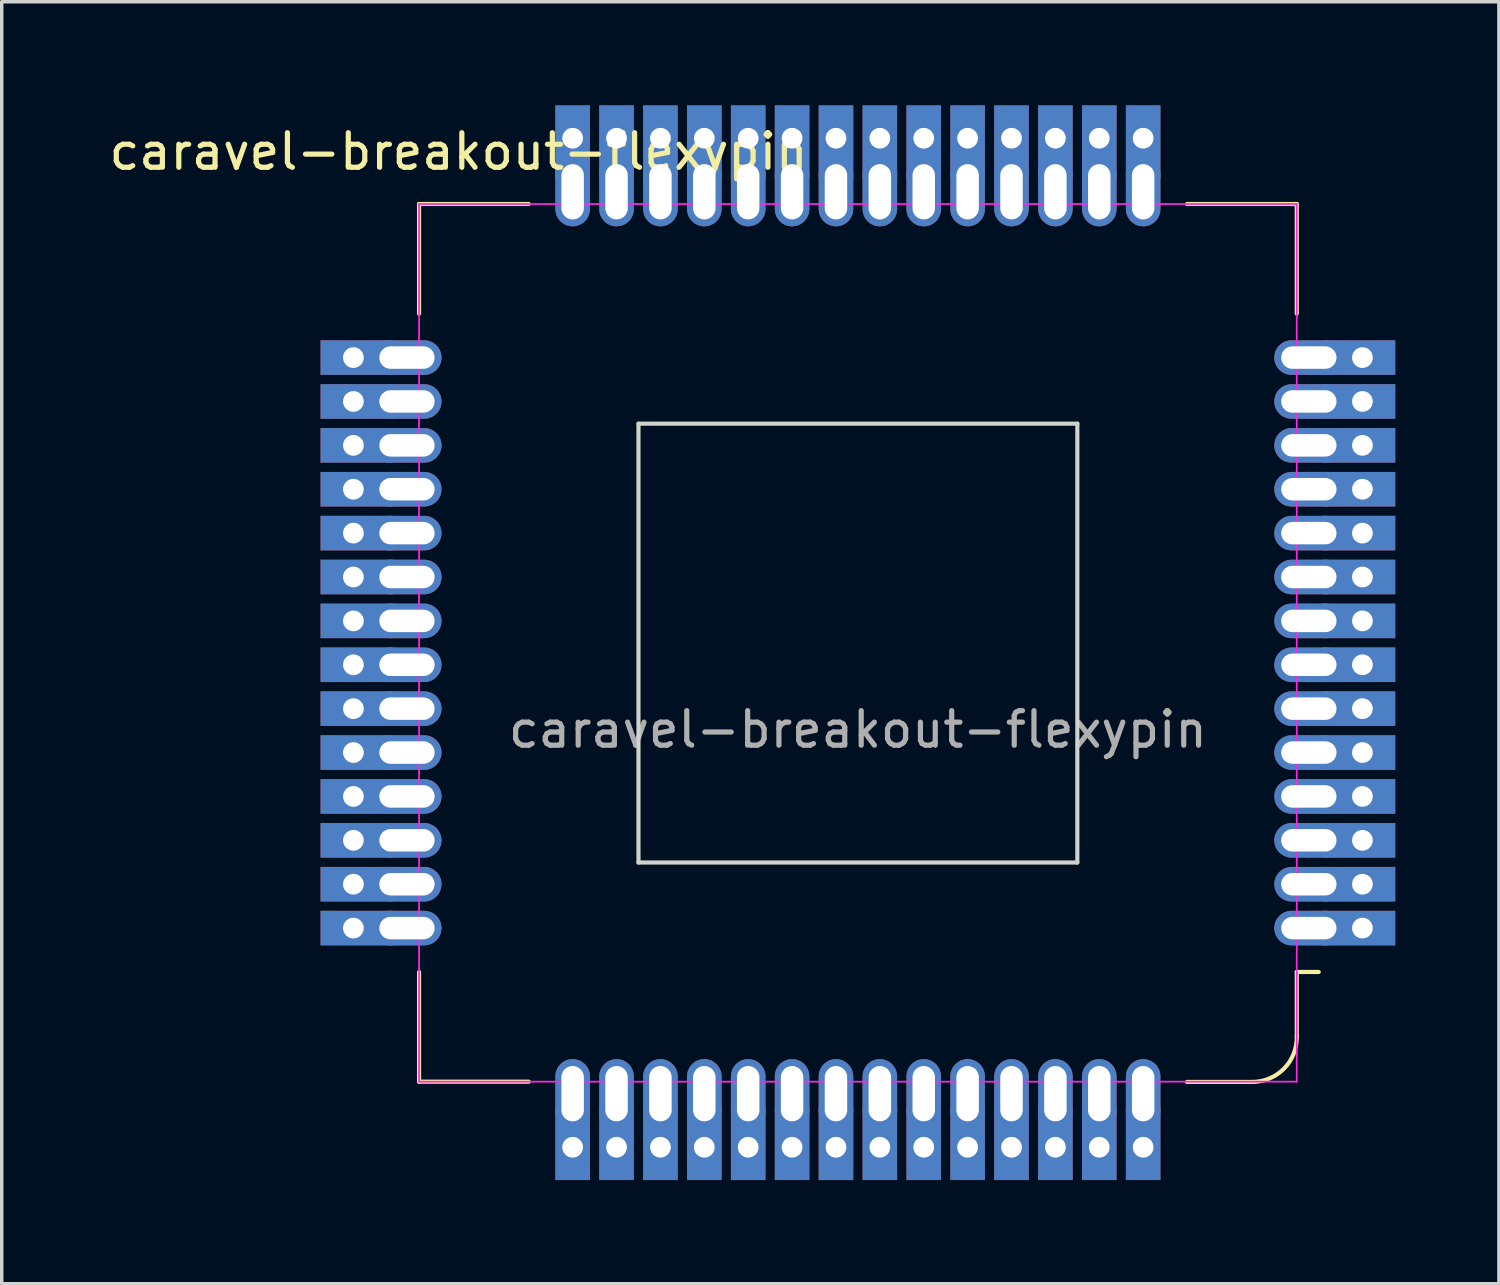
<source format=kicad_pcb>
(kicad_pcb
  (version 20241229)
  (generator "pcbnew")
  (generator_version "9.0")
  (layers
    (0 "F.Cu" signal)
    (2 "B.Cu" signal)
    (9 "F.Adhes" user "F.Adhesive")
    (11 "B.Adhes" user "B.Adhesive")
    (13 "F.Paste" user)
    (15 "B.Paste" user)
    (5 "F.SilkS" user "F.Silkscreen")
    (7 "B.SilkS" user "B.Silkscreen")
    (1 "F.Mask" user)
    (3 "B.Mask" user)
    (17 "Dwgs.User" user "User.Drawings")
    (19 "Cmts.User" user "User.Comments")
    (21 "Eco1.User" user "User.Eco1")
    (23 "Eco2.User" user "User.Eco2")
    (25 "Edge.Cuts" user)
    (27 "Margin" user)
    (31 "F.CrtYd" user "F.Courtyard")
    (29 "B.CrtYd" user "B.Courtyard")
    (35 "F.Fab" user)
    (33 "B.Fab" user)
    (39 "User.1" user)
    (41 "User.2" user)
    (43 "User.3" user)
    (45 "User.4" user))
  (footprint "caravel-breakout-flexypin"
    (layer "F.Cu")
    (at 21.777 15.56)
    (property "Reference" "caravel-breakout-flexypin" (at -11.557 -14.224 0) (unlocked yes) (layer "F.SilkS") (effects (font (size 1 1) (thickness 0.15))))
    (attr through_hole)
    (fp_line (start -12.7 -12.707) (end -9.525 -12.707) (stroke (width 0.12) (type solid)) (layer "F.SilkS"))
    (fp_line (start -12.7 -9.532) (end -12.7 -12.707) (stroke (width 0.12) (type solid)) (layer "F.SilkS"))
    (fp_line (start -12.7 9.518) (end -12.7 12.693) (stroke (width 0.12) (type solid)) (layer "F.SilkS"))
    (fp_line (start -12.7 12.693) (end -9.525 12.693) (stroke (width 0.12) (type solid)) (layer "F.SilkS"))
    (fp_line (start 9.525 -12.707) (end 12.7 -12.707) (stroke (width 0.12) (type solid)) (layer "F.SilkS"))
    (fp_line (start 9.525 12.7) (end 11.43 12.7) (stroke (width 0.12) (type solid)) (layer "F.SilkS"))
    (fp_line (start 12.7 -12.707) (end 12.7 -9.532) (stroke (width 0.12) (type solid)) (layer "F.SilkS"))
    (fp_line (start 12.7 9.518) (end 13.335 9.518) (stroke (width 0.12) (type solid)) (layer "F.SilkS"))
    (fp_line (start 12.7 11.38) (end 12.7 9.518) (stroke (width 0.12) (type solid)) (layer "F.SilkS"))
    (fp_arc (start 12.7 11.3805) (mid 12.340258 12.305182) (end 11.43 12.7) (stroke (width 0.12) (type solid)) (layer "F.SilkS"))
    (fp_line (start -6.35 -6.35) (end 6.35 -6.35) (stroke (width 0.12) (type solid)) (layer "Edge.Cuts"))
    (fp_line (start -6.35 6.35) (end -6.35 -6.35) (stroke (width 0.12) (type solid)) (layer "Edge.Cuts"))
    (fp_line (start 6.35 -6.35) (end 6.35 6.35) (stroke (width 0.12) (type solid)) (layer "Edge.Cuts"))
    (fp_line (start 6.35 6.35) (end -6.35 6.35) (stroke (width 0.12) (type solid)) (layer "Edge.Cuts"))
    (fp_line (start -12.7 -12.707) (end 12.7 -12.707) (stroke (width 0.05) (type solid)) (layer "F.CrtYd"))
    (fp_line (start -12.7 12.693) (end -12.7 -12.707) (stroke (width 0.05) (type solid)) (layer "F.CrtYd"))
    (fp_line (start -12.7 12.693) (end 12.7 12.693) (stroke (width 0.05) (type solid)) (layer "F.CrtYd"))
    (fp_line (start 12.7 12.693) (end 12.7 -12.707) (stroke (width 0.05) (type solid)) (layer "F.CrtYd"))
    (fp_text user "${REFERENCE}" (at 0 2.5 0) (unlocked yes) (layer "F.Fab") (effects (font (size 1 1) (thickness 0.15))))
    (pad "1" thru_hole oval (at 13.05 8.248 180) (size 2 1) (drill oval 1.6 0.65) (layers "*.Cu" "*.Mask"))
    (pad "1" thru_hole rect (at 14.6 8.248 180) (size 2.1 1) (drill 0.6 (offset 0.1 0)) (layers "*.Cu" "*.Mask"))
    (pad "2" thru_hole oval (at 13.05 6.978 180) (size 2 1) (drill oval 1.6 0.65) (layers "*.Cu" "*.Mask"))
    (pad "2" thru_hole rect (at 14.6 6.978 180) (size 2.1 1) (drill 0.6 (offset 0.1 0)) (layers "*.Cu" "*.Mask"))
    (pad "3" thru_hole oval (at 13.05 5.708 180) (size 2 1) (drill oval 1.6 0.65) (layers "*.Cu" "*.Mask"))
    (pad "3" thru_hole rect (at 14.6 5.708 180) (size 2.1 1) (drill 0.6 (offset 0.1 0)) (layers "*.Cu" "*.Mask"))
    (pad "4" thru_hole oval (at 13.05 4.438 180) (size 2 1) (drill oval 1.6 0.65) (layers "*.Cu" "*.Mask"))
    (pad "4" thru_hole rect (at 14.6 4.438 180) (size 2.1 1) (drill 0.6 (offset 0.1 0)) (layers "*.Cu" "*.Mask"))
    (pad "5" thru_hole oval (at 13.05 3.168 180) (size 2 1) (drill oval 1.6 0.65) (layers "*.Cu" "*.Mask"))
    (pad "5" thru_hole rect (at 14.6 3.168 180) (size 2.1 1) (drill 0.6 (offset 0.1 0)) (layers "*.Cu" "*.Mask"))
    (pad "6" thru_hole oval (at 13.05 1.898 180) (size 2 1) (drill oval 1.6 0.65) (layers "*.Cu" "*.Mask"))
    (pad "6" thru_hole rect (at 14.6 1.898 180) (size 2.1 1) (drill 0.6 (offset 0.1 0)) (layers "*.Cu" "*.Mask"))
    (pad "7" thru_hole oval (at 13.05 0.628 180) (size 2 1) (drill oval 1.6 0.65) (layers "*.Cu" "*.Mask"))
    (pad "7" thru_hole rect (at 14.6 0.628 180) (size 2.1 1) (drill 0.6 (offset 0.1 0)) (layers "*.Cu" "*.Mask"))
    (pad "8" thru_hole oval (at 13.05 -0.642 180) (size 2 1) (drill oval 1.6 0.65) (layers "*.Cu" "*.Mask"))
    (pad "8" thru_hole rect (at 14.6 -0.642 180) (size 2.1 1) (drill 0.6 (offset 0.1 0)) (layers "*.Cu" "*.Mask"))
    (pad "9" thru_hole oval (at 13.05 -1.912 180) (size 2 1) (drill oval 1.6 0.65) (layers "*.Cu" "*.Mask"))
    (pad "9" thru_hole rect (at 14.6 -1.912 180) (size 2.1 1) (drill 0.6 (offset 0.1 0)) (layers "*.Cu" "*.Mask"))
    (pad "10" thru_hole oval (at 13.05 -3.182 180) (size 2 1) (drill oval 1.6 0.65) (layers "*.Cu" "*.Mask"))
    (pad "10" thru_hole rect (at 14.6 -3.182 180) (size 2.1 1) (drill 0.6 (offset 0.1 0)) (layers "*.Cu" "*.Mask"))
    (pad "11" thru_hole oval (at 13.05 -4.452 180) (size 2 1) (drill oval 1.6 0.65) (layers "*.Cu" "*.Mask"))
    (pad "11" thru_hole rect (at 14.6 -4.452 180) (size 2.1 1) (drill 0.6 (offset 0.1 0)) (layers "*.Cu" "*.Mask"))
    (pad "12" thru_hole oval (at 13.05 -5.722 180) (size 2 1) (drill oval 1.6 0.65) (layers "*.Cu" "*.Mask"))
    (pad "12" thru_hole rect (at 14.6 -5.722 180) (size 2.1 1) (drill 0.6 (offset 0.1 0)) (layers "*.Cu" "*.Mask"))
    (pad "13" thru_hole oval (at 13.05 -6.992 180) (size 2 1) (drill oval 1.6 0.65) (layers "*.Cu" "*.Mask"))
    (pad "13" thru_hole rect (at 14.6 -6.992 180) (size 2.1 1) (drill 0.6 (offset 0.1 0)) (layers "*.Cu" "*.Mask"))
    (pad "14" thru_hole oval (at 13.05 -8.262 180) (size 2 1) (drill oval 1.6 0.65) (layers "*.Cu" "*.Mask"))
    (pad "14" thru_hole rect (at 14.6 -8.262 180) (size 2.1 1) (drill 0.6 (offset 0.1 0)) (layers "*.Cu" "*.Mask"))
    (pad "15" thru_hole rect (at 8.255 -14.61 270) (size 2.1 1) (drill 0.6 (offset 0.1 0)) (layers "*.Cu" "*.Mask"))
    (pad "15" thru_hole oval (at 8.255 -13.06 270) (size 2 1) (drill oval 1.6 0.65) (layers "*.Cu" "*.Mask"))
    (pad "16" thru_hole rect (at 6.985 -14.61 270) (size 2.1 1) (drill 0.6 (offset 0.1 0)) (layers "*.Cu" "*.Mask"))
    (pad "16" thru_hole oval (at 6.985 -13.06 270) (size 2 1) (drill oval 1.6 0.65) (layers "*.Cu" "*.Mask"))
    (pad "17" thru_hole rect (at 5.715 -14.61 270) (size 2.1 1) (drill 0.6 (offset 0.1 0)) (layers "*.Cu" "*.Mask"))
    (pad "17" thru_hole oval (at 5.715 -13.06 270) (size 2 1) (drill oval 1.6 0.65) (layers "*.Cu" "*.Mask"))
    (pad "18" thru_hole rect (at 4.445 -14.61 270) (size 2.1 1) (drill 0.6 (offset 0.1 0)) (layers "*.Cu" "*.Mask"))
    (pad "18" thru_hole oval (at 4.445 -13.06 270) (size 2 1) (drill oval 1.6 0.65) (layers "*.Cu" "*.Mask"))
    (pad "19" thru_hole rect (at 3.175 -14.61 270) (size 2.1 1) (drill 0.6 (offset 0.1 0)) (layers "*.Cu" "*.Mask"))
    (pad "19" thru_hole oval (at 3.175 -13.06 270) (size 2 1) (drill oval 1.6 0.65) (layers "*.Cu" "*.Mask"))
    (pad "20" thru_hole rect (at 1.905 -14.61 270) (size 2.1 1) (drill 0.6 (offset 0.1 0)) (layers "*.Cu" "*.Mask"))
    (pad "20" thru_hole oval (at 1.905 -13.06 270) (size 2 1) (drill oval 1.6 0.65) (layers "*.Cu" "*.Mask"))
    (pad "21" thru_hole rect (at 0.635 -14.61 270) (size 2.1 1) (drill 0.6 (offset 0.1 0)) (layers "*.Cu" "*.Mask"))
    (pad "21" thru_hole oval (at 0.635 -13.06 270) (size 2 1) (drill oval 1.6 0.65) (layers "*.Cu" "*.Mask"))
    (pad "22" thru_hole rect (at -0.635 -14.61 270) (size 2.1 1) (drill 0.6 (offset 0.1 0)) (layers "*.Cu" "*.Mask"))
    (pad "22" thru_hole oval (at -0.635 -13.06 270) (size 2 1) (drill oval 1.6 0.65) (layers "*.Cu" "*.Mask"))
    (pad "23" thru_hole rect (at -1.905 -14.61 270) (size 2.1 1) (drill 0.6 (offset 0.1 0)) (layers "*.Cu" "*.Mask"))
    (pad "23" thru_hole oval (at -1.905 -13.06 270) (size 2 1) (drill oval 1.6 0.65) (layers "*.Cu" "*.Mask"))
    (pad "24" thru_hole rect (at -3.175 -14.61 270) (size 2.1 1) (drill 0.6 (offset 0.1 0)) (layers "*.Cu" "*.Mask"))
    (pad "24" thru_hole oval (at -3.175 -13.06 270) (size 2 1) (drill oval 1.6 0.65) (layers "*.Cu" "*.Mask"))
    (pad "25" thru_hole rect (at -4.445 -14.61 270) (size 2.1 1) (drill 0.6 (offset 0.1 0)) (layers "*.Cu" "*.Mask"))
    (pad "25" thru_hole oval (at -4.445 -13.06 270) (size 2 1) (drill oval 1.6 0.65) (layers "*.Cu" "*.Mask"))
    (pad "26" thru_hole rect (at -5.715 -14.61 270) (size 2.1 1) (drill 0.6 (offset 0.1 0)) (layers "*.Cu" "*.Mask"))
    (pad "26" thru_hole oval (at -5.715 -13.06 270) (size 2 1) (drill oval 1.6 0.65) (layers "*.Cu" "*.Mask"))
    (pad "27" thru_hole rect (at -6.985 -14.61 270) (size 2.1 1) (drill 0.6 (offset 0.1 0)) (layers "*.Cu" "*.Mask"))
    (pad "27" thru_hole oval (at -6.985 -13.06 270) (size 2 1) (drill oval 1.6 0.65) (layers "*.Cu" "*.Mask"))
    (pad "28" thru_hole rect (at -8.255 -14.61 270) (size 2.1 1) (drill 0.6 (offset 0.1 0)) (layers "*.Cu" "*.Mask"))
    (pad "28" thru_hole oval (at -8.255 -13.06 270) (size 2 1) (drill oval 1.6 0.65) (layers "*.Cu" "*.Mask"))
    (pad "29" thru_hole rect (at -14.6 -8.262) (size 2.1 1) (drill 0.6 (offset 0.1 0)) (layers "*.Cu" "*.Mask"))
    (pad "29" thru_hole oval (at -13.05 -8.262) (size 2 1) (drill oval 1.6 0.65) (layers "*.Cu" "*.Mask"))
    (pad "30" thru_hole rect (at -14.6 -6.992) (size 2.1 1) (drill 0.6 (offset 0.1 0)) (layers "*.Cu" "*.Mask"))
    (pad "30" thru_hole oval (at -13.05 -6.992) (size 2 1) (drill oval 1.6 0.65) (layers "*.Cu" "*.Mask"))
    (pad "31" thru_hole rect (at -14.6 -5.722) (size 2.1 1) (drill 0.6 (offset 0.1 0)) (layers "*.Cu" "*.Mask"))
    (pad "31" thru_hole oval (at -13.05 -5.722) (size 2 1) (drill oval 1.6 0.65) (layers "*.Cu" "*.Mask"))
    (pad "32" thru_hole rect (at -14.6 -4.452) (size 2.1 1) (drill 0.6 (offset 0.1 0)) (layers "*.Cu" "*.Mask"))
    (pad "32" thru_hole oval (at -13.05 -4.452) (size 2 1) (drill oval 1.6 0.65) (layers "*.Cu" "*.Mask"))
    (pad "33" thru_hole rect (at -14.6 -3.182) (size 2.1 1) (drill 0.6 (offset 0.1 0)) (layers "*.Cu" "*.Mask"))
    (pad "33" thru_hole oval (at -13.05 -3.182) (size 2 1) (drill oval 1.6 0.65) (layers "*.Cu" "*.Mask"))
    (pad "34" thru_hole rect (at -14.6 -1.912) (size 2.1 1) (drill 0.6 (offset 0.1 0)) (layers "*.Cu" "*.Mask"))
    (pad "34" thru_hole oval (at -13.05 -1.912) (size 2 1) (drill oval 1.6 0.65) (layers "*.Cu" "*.Mask"))
    (pad "35" thru_hole rect (at -14.6 -0.642) (size 2.1 1) (drill 0.6 (offset 0.1 0)) (layers "*.Cu" "*.Mask"))
    (pad "35" thru_hole oval (at -13.05 -0.642) (size 2 1) (drill oval 1.6 0.65) (layers "*.Cu" "*.Mask"))
    (pad "36" thru_hole rect (at -14.6 0.628) (size 2.1 1) (drill 0.6 (offset 0.1 0)) (layers "*.Cu" "*.Mask"))
    (pad "36" thru_hole oval (at -13.05 0.628) (size 2 1) (drill oval 1.6 0.65) (layers "*.Cu" "*.Mask"))
    (pad "37" thru_hole rect (at -14.6 1.898) (size 2.1 1) (drill 0.6 (offset 0.1 0)) (layers "*.Cu" "*.Mask"))
    (pad "37" thru_hole oval (at -13.05 1.898) (size 2 1) (drill oval 1.6 0.65) (layers "*.Cu" "*.Mask"))
    (pad "38" thru_hole rect (at -14.6 3.168) (size 2.1 1) (drill 0.6 (offset 0.1 0)) (layers "*.Cu" "*.Mask"))
    (pad "38" thru_hole oval (at -13.05 3.168) (size 2 1) (drill oval 1.6 0.65) (layers "*.Cu" "*.Mask"))
    (pad "39" thru_hole rect (at -14.6 4.438) (size 2.1 1) (drill 0.6 (offset 0.1 0)) (layers "*.Cu" "*.Mask"))
    (pad "39" thru_hole oval (at -13.05 4.438) (size 2 1) (drill oval 1.6 0.65) (layers "*.Cu" "*.Mask"))
    (pad "40" thru_hole rect (at -14.6 5.708) (size 2.1 1) (drill 0.6 (offset 0.1 0)) (layers "*.Cu" "*.Mask"))
    (pad "40" thru_hole oval (at -13.05 5.708) (size 2 1) (drill oval 1.6 0.65) (layers "*.Cu" "*.Mask"))
    (pad "41" thru_hole rect (at -14.6 6.978) (size 2.1 1) (drill 0.6 (offset 0.1 0)) (layers "*.Cu" "*.Mask"))
    (pad "41" thru_hole oval (at -13.05 6.978) (size 2 1) (drill oval 1.6 0.65) (layers "*.Cu" "*.Mask"))
    (pad "42" thru_hole rect (at -14.6 8.248) (size 2.1 1) (drill 0.6 (offset 0.1 0)) (layers "*.Cu" "*.Mask"))
    (pad "42" thru_hole oval (at -13.05 8.248) (size 2 1) (drill oval 1.6 0.65) (layers "*.Cu" "*.Mask"))
    (pad "43" thru_hole oval (at -8.255 13.04 90) (size 2 1) (drill oval 1.6 0.65) (layers "*.Cu" "*.Mask"))
    (pad "43" thru_hole rect (at -8.255 14.59 90) (size 2.1 1) (drill 0.6 (offset 0.1 0)) (layers "*.Cu" "*.Mask"))
    (pad "44" thru_hole oval (at -6.985 13.04 90) (size 2 1) (drill oval 1.6 0.65) (layers "*.Cu" "*.Mask"))
    (pad "44" thru_hole rect (at -6.985 14.59 90) (size 2.1 1) (drill 0.6 (offset 0.1 0)) (layers "*.Cu" "*.Mask"))
    (pad "45" thru_hole oval (at -5.715 13.04 90) (size 2 1) (drill oval 1.6 0.65) (layers "*.Cu" "*.Mask"))
    (pad "45" thru_hole rect (at -5.715 14.59 90) (size 2.1 1) (drill 0.6 (offset 0.1 0)) (layers "*.Cu" "*.Mask"))
    (pad "46" thru_hole oval (at -4.445 13.04 90) (size 2 1) (drill oval 1.6 0.65) (layers "*.Cu" "*.Mask"))
    (pad "46" thru_hole rect (at -4.445 14.59 90) (size 2.1 1) (drill 0.6 (offset 0.1 0)) (layers "*.Cu" "*.Mask"))
    (pad "47" thru_hole oval (at -3.175 13.04 90) (size 2 1) (drill oval 1.6 0.65) (layers "*.Cu" "*.Mask"))
    (pad "47" thru_hole rect (at -3.175 14.59 90) (size 2.1 1) (drill 0.6 (offset 0.1 0)) (layers "*.Cu" "*.Mask"))
    (pad "48" thru_hole oval (at -1.905 13.04 90) (size 2 1) (drill oval 1.6 0.65) (layers "*.Cu" "*.Mask"))
    (pad "48" thru_hole rect (at -1.905 14.59 90) (size 2.1 1) (drill 0.6 (offset 0.1 0)) (layers "*.Cu" "*.Mask"))
    (pad "49" thru_hole oval (at -0.635 13.04 90) (size 2 1) (drill oval 1.6 0.65) (layers "*.Cu" "*.Mask"))
    (pad "49" thru_hole rect (at -0.635 14.59 90) (size 2.1 1) (drill 0.6 (offset 0.1 0)) (layers "*.Cu" "*.Mask"))
    (pad "50" thru_hole oval (at 0.635 13.04 90) (size 2 1) (drill oval 1.6 0.65) (layers "*.Cu" "*.Mask"))
    (pad "50" thru_hole rect (at 0.635 14.59 90) (size 2.1 1) (drill 0.6 (offset 0.1 0)) (layers "*.Cu" "*.Mask"))
    (pad "51" thru_hole oval (at 1.905 13.04 90) (size 2 1) (drill oval 1.6 0.65) (layers "*.Cu" "*.Mask"))
    (pad "51" thru_hole rect (at 1.905 14.59 90) (size 2.1 1) (drill 0.6 (offset 0.1 0)) (layers "*.Cu" "*.Mask"))
    (pad "52" thru_hole oval (at 3.175 13.04 90) (size 2 1) (drill oval 1.6 0.65) (layers "*.Cu" "*.Mask"))
    (pad "52" thru_hole rect (at 3.175 14.59 90) (size 2.1 1) (drill 0.6 (offset 0.1 0)) (layers "*.Cu" "*.Mask"))
    (pad "53" thru_hole oval (at 4.445 13.04 90) (size 2 1) (drill oval 1.6 0.65) (layers "*.Cu" "*.Mask"))
    (pad "53" thru_hole rect (at 4.445 14.59 90) (size 2.1 1) (drill 0.6 (offset 0.1 0)) (layers "*.Cu" "*.Mask"))
    (pad "54" thru_hole oval (at 5.715 13.04 90) (size 2 1) (drill oval 1.6 0.65) (layers "*.Cu" "*.Mask"))
    (pad "54" thru_hole rect (at 5.715 14.59 90) (size 2.1 1) (drill 0.6 (offset 0.1 0)) (layers "*.Cu" "*.Mask"))
    (pad "55" thru_hole oval (at 6.985 13.04 90) (size 2 1) (drill oval 1.6 0.65) (layers "*.Cu" "*.Mask"))
    (pad "55" thru_hole rect (at 6.985 14.59 90) (size 2.1 1) (drill 0.6 (offset 0.1 0)) (layers "*.Cu" "*.Mask"))
    (pad "56" thru_hole oval (at 8.255 13.04 90) (size 2 1) (drill oval 1.6 0.65) (layers "*.Cu" "*.Mask"))
    (pad "56" thru_hole rect (at 8.255 14.59 90) (size 2.1 1) (drill 0.6 (offset 0.1 0)) (layers "*.Cu" "*.Mask"))
    (zone (net_name "") (layers "F.Cu" "F.Mask" "B.Cu" "B.Mask" "F.SilkS" "B.SilkS" "F.Adhes" "B.Adhes" "F.Paste" "B.Paste") (name "Breakout board pop area") (hatch full 0.508) (connect_pads) (min_thickness 0.254) (filled_areas_thickness no) (keepout (tracks not_allowed) (vias not_allowed) (pads not_allowed) (copperpour not_allowed) (footprints not_allowed)) (placement (enabled no)) (fill) (polygon (pts (xy 28.127 21.91) (xy 15.427 21.91) (xy 15.427 9.21) (xy 28.127 9.21)))))
  (gr_rect
    (start -3 -3)
    (end 40.327 34.1)
    (stroke (width 0.1) (type default))
    (fill no)
    (layer "Edge.Cuts")))
</source>
